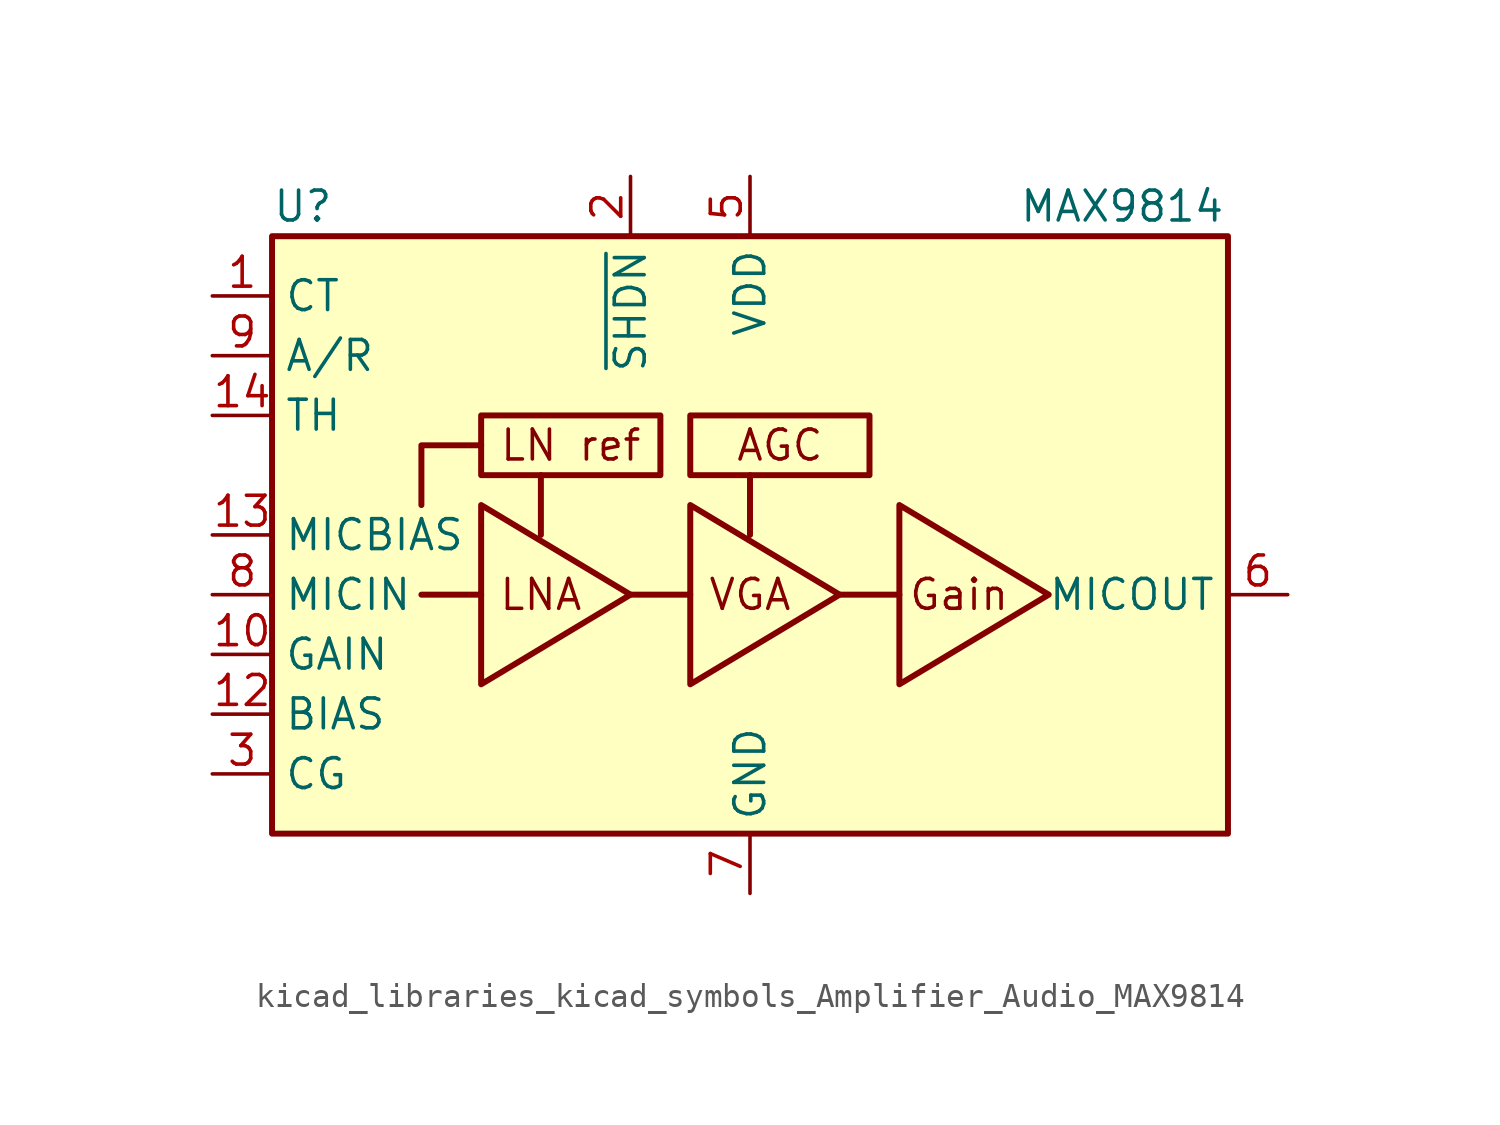
<source format=kicad_sym>
(kicad_symbol_lib
  (version 20220914)
  (generator kicad_symbol_editor)
  (symbol "kicad_libraries_kicad_symbols_Amplifier_Audio_MAX9814"
    (property "Reference" "U"
      (at -20.32 13.97 0)
      (effects (font (size 1.27 1.27)) (justify left)))
    (property "Value" "MAX9814"
      (at 11.43 13.97 0)
      (effects (font (size 1.27 1.27)) (justify left)))
    (symbol "kicad_libraries_kicad_symbols_Amplifier_Audio_MAX9814_0_0"
      (rectangle (start -11.43 5.08) (end -3.81 2.54) (stroke (width 0.254) (type default)) (fill (type none)))
      (rectangle (start -2.54 5.08) (end 5.08 2.54) (stroke (width 0.254) (type default)) (fill (type none)))
      (polyline (pts (xy -11.43 -2.54) (xy -13.97 -2.54)) (stroke (width 0.254) (type default)) (fill (type none)))
      (polyline (pts (xy -8.89 2.54) (xy -8.89 0)) (stroke (width 0.254) (type default)) (fill (type none)))
      (polyline (pts (xy -2.54 -2.54) (xy -5.08 -2.54)) (stroke (width 0.254) (type default)) (fill (type none)))
      (polyline (pts (xy 0 2.54) (xy 0 0)) (stroke (width 0.254) (type default)) (fill (type none)))
      (polyline (pts (xy 3.81 -2.54) (xy 6.35 -2.54)) (stroke (width 0.254) (type default)) (fill (type none)))
      (polyline (pts (xy -11.43 3.81) (xy -13.97 3.81) (xy -13.97 1.27)) (stroke (width 0.254) (type default)) (fill (type none)))
      (polyline (pts (xy -5.08 -2.54) (xy -11.43 1.27) (xy -11.43 -6.35) (xy -5.08 -2.54)) (stroke (width 0.254) (type default)) (fill (type none)))
      (polyline (pts (xy 3.81 -2.54) (xy -2.54 1.27) (xy -2.54 -6.35) (xy 3.81 -2.54)) (stroke (width 0.254) (type default)) (fill (type none)))
      (polyline (pts (xy 12.7 -2.54) (xy 6.35 1.27) (xy 6.35 -6.35) (xy 12.7 -2.54)) (stroke (width 0.254) (type default)) (fill (type none)))
      (text "AGC" (at 1.27 3.81 0) (effects (font (size 1.27 1.27))))
      (text "Gain" (at 8.89 -2.54 0) (effects (font (size 1.27 1.27))))
      (text "LN ref" (at -7.62 3.81 0) (effects (font (size 1.27 1.27))))
      (text "LNA" (at -8.89 -2.54 0) (effects (font (size 1.27 1.27))))
      (text "VGA" (at 0 -2.54 0) (effects (font (size 1.27 1.27)))))
    (symbol "kicad_libraries_kicad_symbols_Amplifier_Audio_MAX9814_0_1"
      (rectangle (start -20.32 12.7) (end 20.32 -12.7) (stroke (width 0.254) (type default)) (fill (type background))))
    (symbol "kicad_libraries_kicad_symbols_Amplifier_Audio_MAX9814_1_1"
      (pin input line (at -22.86 10.16 0) (length 2.54) (name "CT" (effects (font (size 1.27 1.27)))) (number "1" (effects (font (size 1.27 1.27)))))
      (pin input line (at -22.86 -5.08 0) (length 2.54) (name "GAIN" (effects (font (size 1.27 1.27)))) (number "10" (effects (font (size 1.27 1.27)))))
      (pin passive line (at 0 -15.24 90) (length 2.54) hide (name "GND" (effects (font (size 1.27 1.27)))) (number "11" (effects (font (size 1.27 1.27)))))
      (pin passive line (at -22.86 -7.62 0) (length 2.54) (name "BIAS" (effects (font (size 1.27 1.27)))) (number "12" (effects (font (size 1.27 1.27)))))
      (pin output line (at -22.86 0 0) (length 2.54) (name "MICBIAS" (effects (font (size 1.27 1.27)))) (number "13" (effects (font (size 1.27 1.27)))))
      (pin input line (at -22.86 5.08 0) (length 2.54) (name "TH" (effects (font (size 1.27 1.27)))) (number "14" (effects (font (size 1.27 1.27)))))
      (pin passive line (at 0 -15.24 90) (length 2.54) hide (name "GND" (effects (font (size 1.27 1.27)))) (number "15" (effects (font (size 1.27 1.27)))))
      (pin input line (at -5.08 15.24 270) (length 2.54) (name "~{SHDN}" (effects (font (size 1.27 1.27)))) (number "2" (effects (font (size 1.27 1.27)))))
      (pin passive line (at -22.86 -10.16 0) (length 2.54) (name "CG" (effects (font (size 1.27 1.27)))) (number "3" (effects (font (size 1.27 1.27)))))
      (pin passive line (at 0 -15.24 90) (length 2.54) hide (name "GND" (effects (font (size 1.27 1.27)))) (number "4" (effects (font (size 1.27 1.27)))))
      (pin power_in line (at 0 15.24 270) (length 2.54) (name "VDD" (effects (font (size 1.27 1.27)))) (number "5" (effects (font (size 1.27 1.27)))))
      (pin output line (at 22.86 -2.54 180) (length 2.54) (name "MICOUT" (effects (font (size 1.27 1.27)))) (number "6" (effects (font (size 1.27 1.27)))))
      (pin power_in line (at 0 -15.24 90) (length 2.54) (name "GND" (effects (font (size 1.27 1.27)))) (number "7" (effects (font (size 1.27 1.27)))))
      (pin input line (at -22.86 -2.54 0) (length 2.54) (name "MICIN" (effects (font (size 1.27 1.27)))) (number "8" (effects (font (size 1.27 1.27)))))
      (pin input line (at -22.86 7.62 0) (length 2.54) (name "A/R" (effects (font (size 1.27 1.27)))) (number "9" (effects (font (size 1.27 1.27))))))))
</source>
